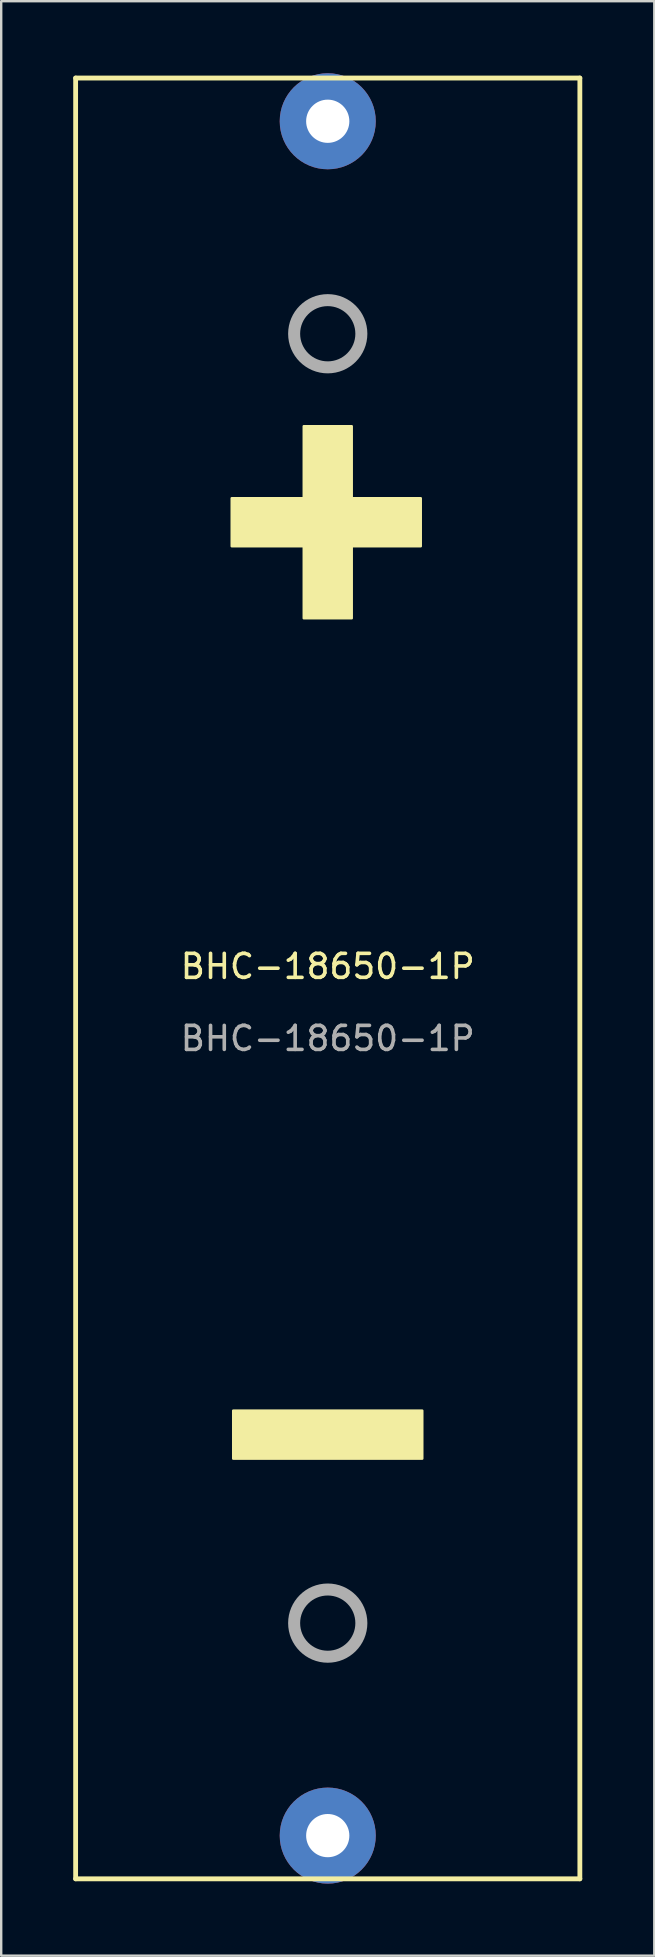
<source format=kicad_pcb>
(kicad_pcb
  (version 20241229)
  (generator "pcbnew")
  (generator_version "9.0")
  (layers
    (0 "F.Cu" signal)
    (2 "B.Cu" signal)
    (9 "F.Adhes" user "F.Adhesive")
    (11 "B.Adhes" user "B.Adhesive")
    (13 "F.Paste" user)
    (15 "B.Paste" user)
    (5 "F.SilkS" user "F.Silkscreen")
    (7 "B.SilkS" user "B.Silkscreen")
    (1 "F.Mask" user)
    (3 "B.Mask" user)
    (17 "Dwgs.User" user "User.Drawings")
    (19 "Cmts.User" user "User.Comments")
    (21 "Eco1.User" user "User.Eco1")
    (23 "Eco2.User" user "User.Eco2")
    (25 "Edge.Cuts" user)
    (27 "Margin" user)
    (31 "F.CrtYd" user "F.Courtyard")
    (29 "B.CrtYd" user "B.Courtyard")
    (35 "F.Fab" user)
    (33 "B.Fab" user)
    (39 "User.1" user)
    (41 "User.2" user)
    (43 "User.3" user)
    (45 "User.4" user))
  (footprint "BHC-18650-1P"
    (layer "F.Cu")
    (at 10.6 37.7)
    (property "Reference" "BHC-18650-1P" (at 0 -0.5 0) (unlocked yes) (layer "F.SilkS") (effects (font (size 1 1) (thickness 0.15))))
    (attr through_hole)
    (fp_line (start -10.5 -37.5) (end -10.5 37.5) (stroke (width 0.2) (type solid)) (layer "F.SilkS"))
    (fp_line (start -10.5 -37.5) (end 10.5 -37.5) (stroke (width 0.2) (type solid)) (layer "F.SilkS"))
    (fp_line (start 10.5 37.5) (end -10.5 37.5) (stroke (width 0.2) (type solid)) (layer "F.SilkS"))
    (fp_line (start 10.5 37.5) (end 10.5 -37.5) (stroke (width 0.2) (type solid)) (layer "F.SilkS"))
    (fp_rect (start -4 -18) (end 3.875 -20) (stroke (width 0.1) (type solid)) (fill yes) (layer "F.SilkS"))
    (fp_rect (start -3.938 20) (end 3.938 18) (stroke (width 0.1) (type solid)) (fill yes) (layer "F.SilkS"))
    (fp_rect (start -1 -23) (end 1 -15) (stroke (width 0.1) (type solid)) (fill yes) (layer "F.SilkS"))
    (fp_circle (center 0 -26.85) (end 1.4 -26.85) (stroke (width 0.5) (type solid)) (fill no) (layer "F.Fab"))
    (fp_circle (center 0 26.85) (end 1.4 26.85) (stroke (width 0.5) (type solid)) (fill no) (layer "F.Fab"))
    (fp_text user "${REFERENCE}" (at 0 2.5 0) (unlocked yes) (layer "F.Fab") (effects (font (size 1 1) (thickness 0.15))))
    (pad "" np_thru_hole circle (at 9.7 -34.25) (size 0.001 0.001) (drill 1.8) (layers "*.Cu" "*.Mask"))
    (pad "1" thru_hole circle (at 0 -35.7) (size 4 4) (drill 1.8) (layers "*.Cu" "*.Mask"))
    (pad "2" thru_hole circle (at 0 35.7) (size 4 4) (drill 1.8) (layers "*.Cu" "*.Mask")))
  (gr_rect
    (start -3 -3)
    (end 24.2 78.4)
    (stroke (width 0.1) (type default))
    (fill no)
    (layer "Edge.Cuts")))
</source>
